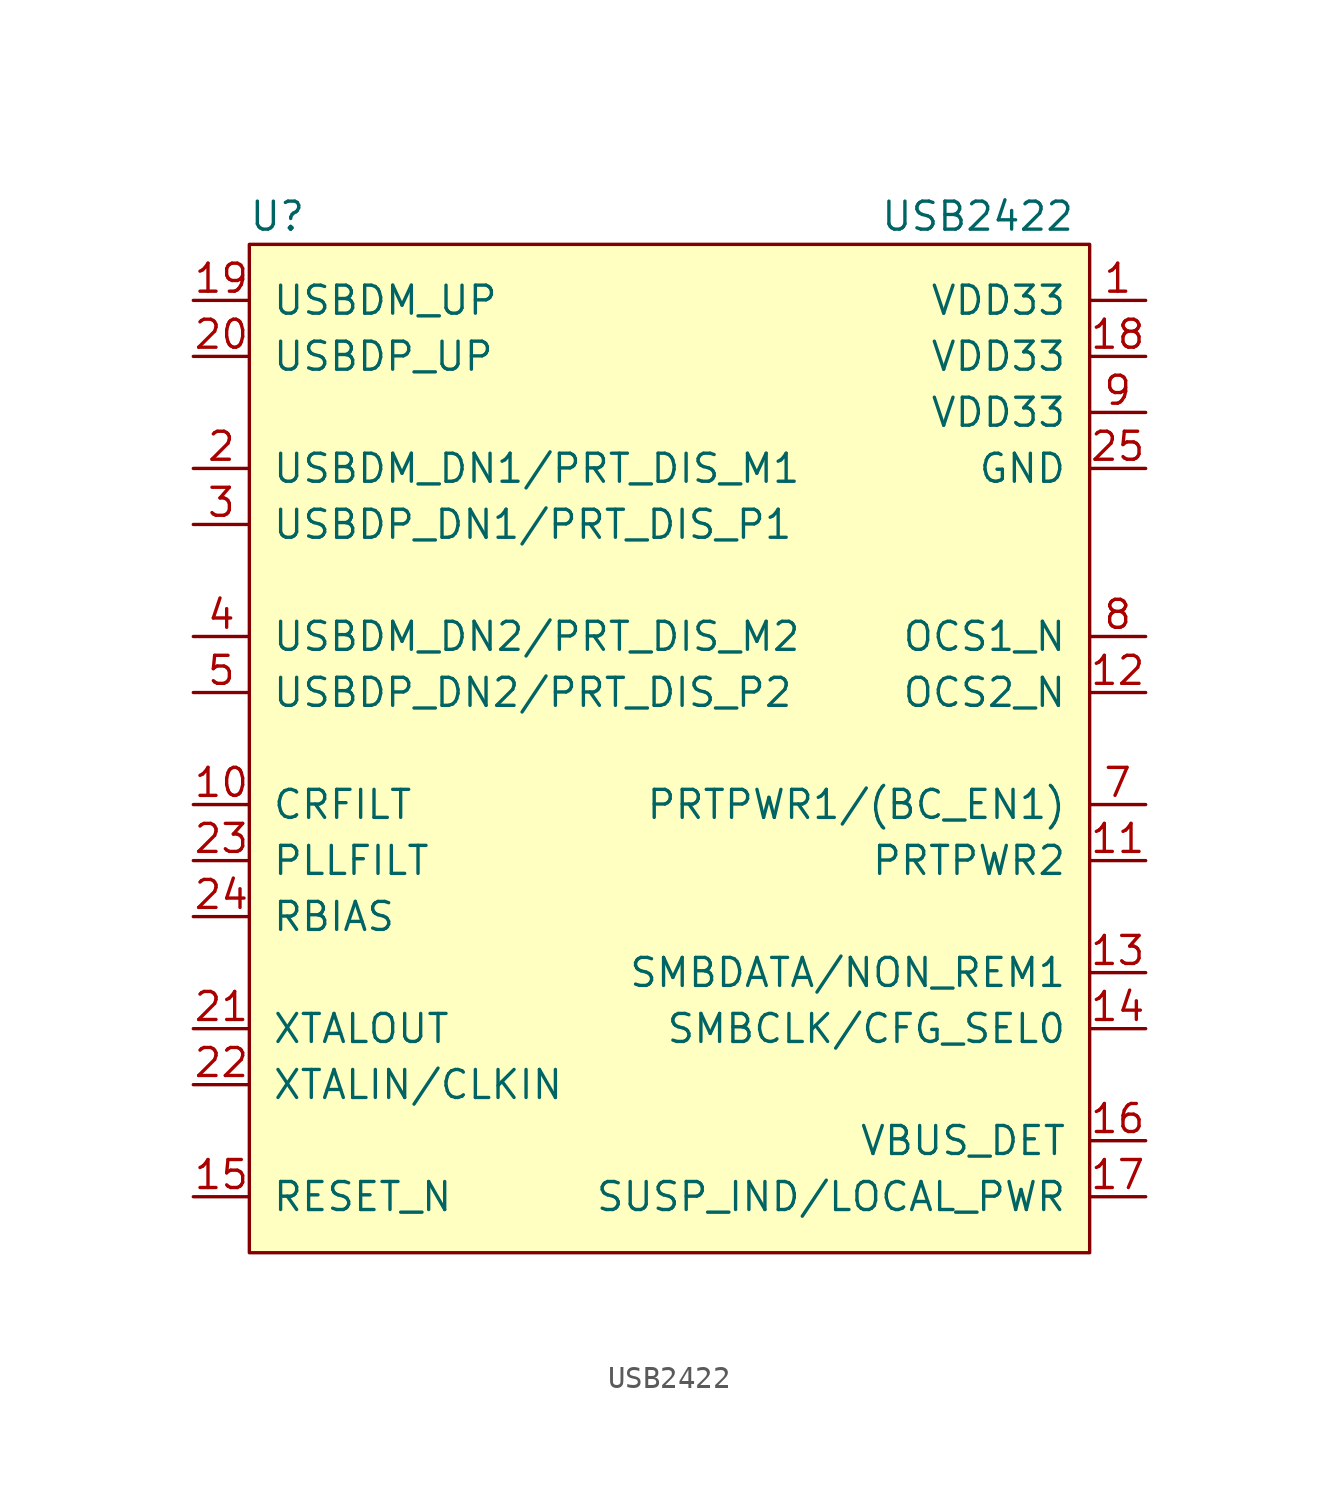
<source format=kicad_sym>
(kicad_symbol_lib
  (version 20211014)
  (generator kicad_symbol_editor)
  (symbol "USB2422"
    (pin_names
      (offset 1.016))
    (property "Reference" "U"
      (at 1.27 1.27 0)
      (effects (font (size 1.27 1.27))))
    (property "Value" "USB2422"
      (at 33.02 1.27 0)
      (effects (font (size 1.27 1.27))))
    (symbol "USB2422_0_1"
      (rectangle (start 0 0) (end 38.1 -45.72) (stroke (width 0) (type default) (color 0 0 0 0)) (fill (type background))))
    (symbol "USB2422_1_1"
      (pin power_in line (at 40.64 -2.54 180) (length 2.54) (name "VDD33" (effects (font (size 1.27 1.27)))) (number "1" (effects (font (size 1.27 1.27)))))
      (pin passive line (at -2.54 -25.4 0) (length 2.54) (name "CRFILT" (effects (font (size 1.27 1.27)))) (number "10" (effects (font (size 1.27 1.27)))))
      (pin output line (at 40.64 -27.94 180) (length 2.54) (name "PRTPWR2" (effects (font (size 1.27 1.27)))) (number "11" (effects (font (size 1.27 1.27)))))
      (pin input line (at 40.64 -20.32 180) (length 2.54) (name "OCS2_N" (effects (font (size 1.27 1.27)))) (number "12" (effects (font (size 1.27 1.27)))))
      (pin bidirectional line (at 40.64 -33.02 180) (length 2.54) (name "SMBDATA/NON_REM1" (effects (font (size 1.27 1.27)))) (number "13" (effects (font (size 1.27 1.27)))))
      (pin input line (at 40.64 -35.56 180) (length 2.54) (name "SMBCLK/CFG_SEL0" (effects (font (size 1.27 1.27)))) (number "14" (effects (font (size 1.27 1.27)))))
      (pin input line (at -2.54 -43.18 0) (length 2.54) (name "RESET_N" (effects (font (size 1.27 1.27)))) (number "15" (effects (font (size 1.27 1.27)))))
      (pin input line (at 40.64 -40.64 180) (length 2.54) (name "VBUS_DET" (effects (font (size 1.27 1.27)))) (number "16" (effects (font (size 1.27 1.27)))))
      (pin bidirectional line (at 40.64 -43.18 180) (length 2.54) (name "SUSP_IND/LOCAL_PWR" (effects (font (size 1.27 1.27)))) (number "17" (effects (font (size 1.27 1.27)))))
      (pin power_in line (at 40.64 -5.08 180) (length 2.54) (name "VDD33" (effects (font (size 1.27 1.27)))) (number "18" (effects (font (size 1.27 1.27)))))
      (pin bidirectional line (at -2.54 -2.54 0) (length 2.54) (name "USBDM_UP" (effects (font (size 1.27 1.27)))) (number "19" (effects (font (size 1.27 1.27)))))
      (pin bidirectional line (at -2.54 -10.16 0) (length 2.54) (name "USBDM_DN1/PRT_DIS_M1" (effects (font (size 1.27 1.27)))) (number "2" (effects (font (size 1.27 1.27)))))
      (pin bidirectional line (at -2.54 -5.08 0) (length 2.54) (name "USBDP_UP" (effects (font (size 1.27 1.27)))) (number "20" (effects (font (size 1.27 1.27)))))
      (pin passive line (at -2.54 -35.56 0) (length 2.54) (name "XTALOUT" (effects (font (size 1.27 1.27)))) (number "21" (effects (font (size 1.27 1.27)))))
      (pin passive line (at -2.54 -38.1 0) (length 2.54) (name "XTALIN/CLKIN" (effects (font (size 1.27 1.27)))) (number "22" (effects (font (size 1.27 1.27)))))
      (pin passive line (at -2.54 -27.94 0) (length 2.54) (name "PLLFILT" (effects (font (size 1.27 1.27)))) (number "23" (effects (font (size 1.27 1.27)))))
      (pin passive line (at -2.54 -30.48 0) (length 2.54) (name "RBIAS" (effects (font (size 1.27 1.27)))) (number "24" (effects (font (size 1.27 1.27)))))
      (pin power_in line (at 40.64 -10.16 180) (length 2.54) (name "GND" (effects (font (size 1.27 1.27)))) (number "25" (effects (font (size 1.27 1.27)))))
      (pin bidirectional line (at -2.54 -12.7 0) (length 2.54) (name "USBDP_DN1/PRT_DIS_P1" (effects (font (size 1.27 1.27)))) (number "3" (effects (font (size 1.27 1.27)))))
      (pin bidirectional line (at -2.54 -17.78 0) (length 2.54) (name "USBDM_DN2/PRT_DIS_M2" (effects (font (size 1.27 1.27)))) (number "4" (effects (font (size 1.27 1.27)))))
      (pin bidirectional line (at -2.54 -20.32 0) (length 2.54) (name "USBDP_DN2/PRT_DIS_P2" (effects (font (size 1.27 1.27)))) (number "5" (effects (font (size 1.27 1.27)))))
      (pin output line (at 40.64 -25.4 180) (length 2.54) (name "PRTPWR1/(BC_EN1)" (effects (font (size 1.27 1.27)))) (number "7" (effects (font (size 1.27 1.27)))))
      (pin input line (at 40.64 -17.78 180) (length 2.54) (name "OCS1_N" (effects (font (size 1.27 1.27)))) (number "8" (effects (font (size 1.27 1.27)))))
      (pin power_in line (at 40.64 -7.62 180) (length 2.54) (name "VDD33" (effects (font (size 1.27 1.27)))) (number "9" (effects (font (size 1.27 1.27))))))))
</source>
